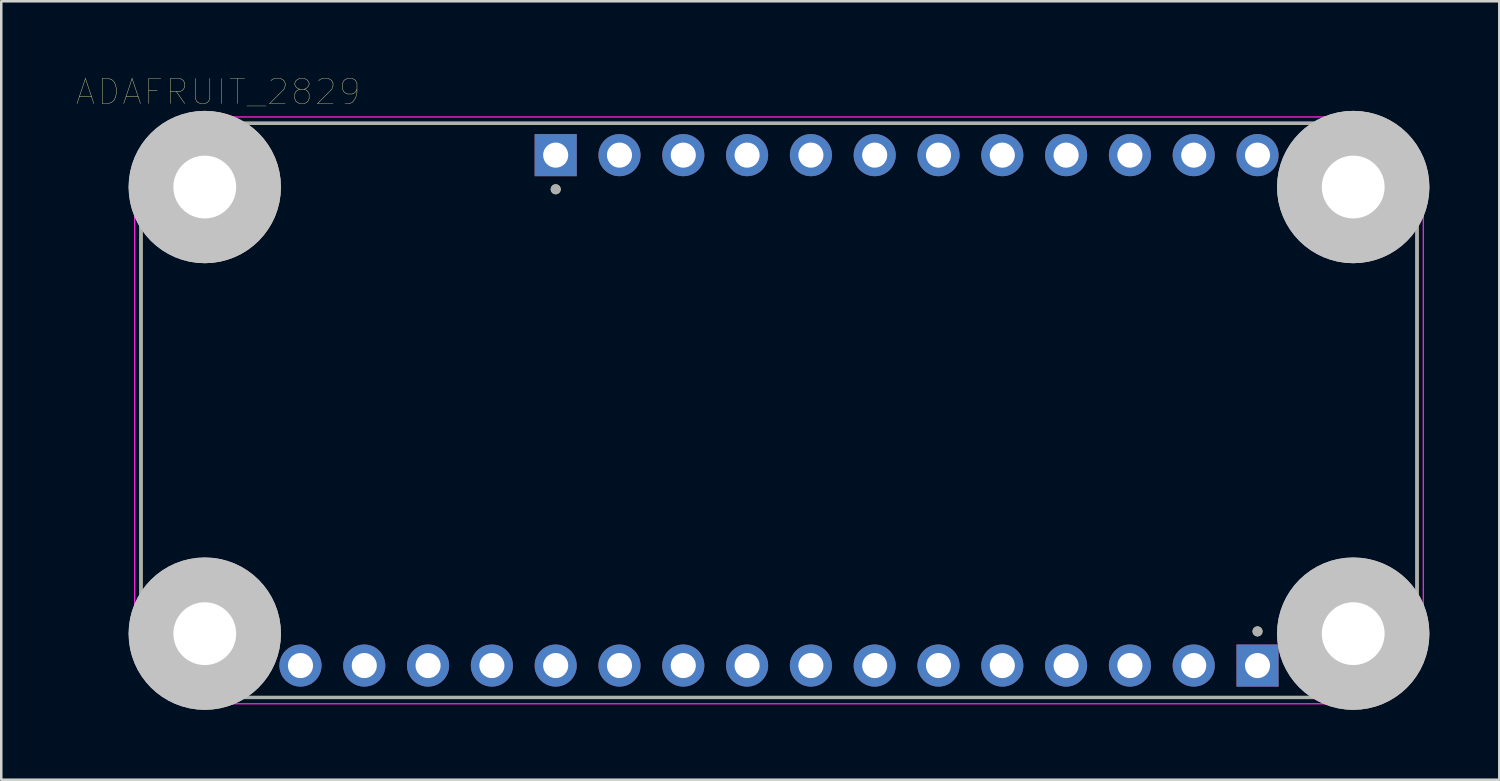
<source format=kicad_pcb>
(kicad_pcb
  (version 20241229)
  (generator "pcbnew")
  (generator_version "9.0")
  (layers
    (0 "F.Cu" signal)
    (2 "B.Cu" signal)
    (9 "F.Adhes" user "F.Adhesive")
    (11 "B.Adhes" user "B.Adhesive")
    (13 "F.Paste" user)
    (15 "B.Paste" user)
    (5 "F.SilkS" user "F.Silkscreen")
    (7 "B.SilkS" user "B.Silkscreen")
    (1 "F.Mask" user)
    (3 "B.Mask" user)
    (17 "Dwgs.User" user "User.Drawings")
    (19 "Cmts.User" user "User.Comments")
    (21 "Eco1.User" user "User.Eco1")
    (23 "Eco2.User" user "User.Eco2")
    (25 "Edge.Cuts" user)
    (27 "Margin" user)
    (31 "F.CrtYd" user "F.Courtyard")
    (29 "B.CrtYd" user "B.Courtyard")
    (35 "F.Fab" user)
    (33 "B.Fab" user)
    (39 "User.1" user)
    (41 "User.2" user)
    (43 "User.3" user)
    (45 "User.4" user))
  (footprint "ADAFRUIT_2829"
    (layer "F.Cu")
    (at 27.962 13.286)
    (property "Reference" "ADAFRUIT_2829" (at -22.325 -12.675 0) (layer "F.SilkS") (effects (font (size 1 1) (thickness 0.015))))
    (attr through_hole)
    (fp_line (start -25.4 8.89) (end -25.4 -8.89) (stroke (width 0.127) (type solid)) (layer "F.SilkS"))
    (fp_line (start -22.86 -11.43) (end 22.86 -11.43) (stroke (width 0.127) (type solid)) (layer "F.SilkS"))
    (fp_line (start 22.86 11.43) (end -22.86 11.43) (stroke (width 0.127) (type solid)) (layer "F.SilkS"))
    (fp_line (start 25.4 -8.89) (end 25.4 8.89) (stroke (width 0.127) (type solid)) (layer "F.SilkS"))
    (fp_arc (start -25.4 -8.89) (mid -24.656051 -10.686051) (end -22.86 -11.43) (stroke (width 0.127) (type solid)) (layer "F.SilkS"))
    (fp_arc (start -22.86 11.43) (mid -24.656051 10.686051) (end -25.4 8.89) (stroke (width 0.127) (type solid)) (layer "F.SilkS"))
    (fp_arc (start 22.86 -11.43) (mid 24.656051 -10.686051) (end 25.4 -8.89) (stroke (width 0.127) (type solid)) (layer "F.SilkS"))
    (fp_arc (start 25.4 8.89) (mid 24.656051 10.686051) (end 22.86 11.43) (stroke (width 0.127) (type solid)) (layer "F.SilkS"))
    (fp_circle (center -8.89 -8.8) (end -8.79 -8.8) (stroke (width 0.2) (type solid)) (fill no) (layer "F.SilkS"))
    (fp_circle (center 19.05 8.8) (end 19.15 8.8) (stroke (width 0.2) (type solid)) (fill no) (layer "F.SilkS"))
    (fp_circle (center -22.86 -8.89) (end -21.86 -8.89) (stroke (width 2.032) (type solid)) (fill no) (layer "Dwgs.User"))
    (fp_circle (center -22.86 -8.89) (end -21.86 -8.89) (stroke (width 2.032) (type solid)) (fill no) (layer "Dwgs.User"))
    (fp_circle (center -22.86 8.89) (end -21.86 8.89) (stroke (width 2.032) (type solid)) (fill no) (layer "Dwgs.User"))
    (fp_circle (center -22.86 8.89) (end -21.86 8.89) (stroke (width 2.032) (type solid)) (fill no) (layer "Dwgs.User"))
    (fp_circle (center 22.86 -8.89) (end 23.86 -8.89) (stroke (width 2.032) (type solid)) (fill no) (layer "Dwgs.User"))
    (fp_circle (center 22.86 -8.89) (end 23.86 -8.89) (stroke (width 2.032) (type solid)) (fill no) (layer "Dwgs.User"))
    (fp_circle (center 22.86 8.89) (end 23.86 8.89) (stroke (width 2.032) (type solid)) (fill no) (layer "Dwgs.User"))
    (fp_circle (center 22.86 8.89) (end 23.86 8.89) (stroke (width 2.032) (type solid)) (fill no) (layer "Dwgs.User"))
    (fp_line (start -25.65 -8.89) (end -25.65 8.89) (stroke (width 0.05) (type solid)) (layer "F.CrtYd"))
    (fp_line (start -22.86 11.68) (end 22.86 11.68) (stroke (width 0.05) (type solid)) (layer "F.CrtYd"))
    (fp_line (start 22.86 -11.68) (end -22.86 -11.68) (stroke (width 0.05) (type solid)) (layer "F.CrtYd"))
    (fp_line (start 25.65 8.89) (end 25.65 -8.89) (stroke (width 0.05) (type solid)) (layer "F.CrtYd"))
    (fp_arc (start -25.65 -8.89) (mid -24.832828 -10.862828) (end -22.86 -11.68) (stroke (width 0.05) (type solid)) (layer "F.CrtYd"))
    (fp_arc (start -22.86 11.68) (mid -24.832828 10.862828) (end -25.65 8.89) (stroke (width 0.05) (type solid)) (layer "F.CrtYd"))
    (fp_arc (start 22.86 -11.68) (mid 24.832828 -10.862828) (end 25.65 -8.89) (stroke (width 0.05) (type solid)) (layer "F.CrtYd"))
    (fp_arc (start 25.65 8.89) (mid 24.832828 10.862828) (end 22.86 11.68) (stroke (width 0.05) (type solid)) (layer "F.CrtYd"))
    (fp_line (start -25.4 8.89) (end -25.4 -8.89) (stroke (width 0.127) (type solid)) (layer "F.Fab"))
    (fp_line (start -22.86 -11.43) (end 22.86 -11.43) (stroke (width 0.127) (type solid)) (layer "F.Fab"))
    (fp_line (start 22.86 11.43) (end -22.86 11.43) (stroke (width 0.127) (type solid)) (layer "F.Fab"))
    (fp_line (start 25.4 -8.89) (end 25.4 8.89) (stroke (width 0.127) (type solid)) (layer "F.Fab"))
    (fp_arc (start -25.4 -8.89) (mid -24.656051 -10.686051) (end -22.86 -11.43) (stroke (width 0.127) (type solid)) (layer "F.Fab"))
    (fp_arc (start -22.86 11.43) (mid -24.656051 10.686051) (end -25.4 8.89) (stroke (width 0.127) (type solid)) (layer "F.Fab"))
    (fp_arc (start 22.86 -11.43) (mid 24.656051 -10.686051) (end 25.4 -8.89) (stroke (width 0.127) (type solid)) (layer "F.Fab"))
    (fp_arc (start 25.4 8.89) (mid 24.656051 10.686051) (end 22.86 11.43) (stroke (width 0.127) (type solid)) (layer "F.Fab"))
    (fp_circle (center -8.89 -8.8) (end -8.79 -8.8) (stroke (width 0.2) (type solid)) (fill no) (layer "F.Fab"))
    (fp_circle (center 19.05 8.8) (end 19.15 8.8) (stroke (width 0.2) (type solid)) (fill no) (layer "F.Fab"))
    (pad "JP1_1" thru_hole rect (at 19.05 10.16) (size 1.676 1.676) (drill 1) (layers "*.Cu" "*.Mask"))
    (pad "JP1_2" thru_hole circle (at 16.51 10.16) (size 1.676 1.676) (drill 1) (layers "*.Cu" "*.Mask"))
    (pad "JP1_3" thru_hole circle (at 13.97 10.16) (size 1.676 1.676) (drill 1) (layers "*.Cu" "*.Mask"))
    (pad "JP1_4" thru_hole circle (at 11.43 10.16) (size 1.676 1.676) (drill 1) (layers "*.Cu" "*.Mask"))
    (pad "JP1_5" thru_hole circle (at 8.89 10.16) (size 1.676 1.676) (drill 1) (layers "*.Cu" "*.Mask"))
    (pad "JP1_6" thru_hole circle (at 6.35 10.16) (size 1.676 1.676) (drill 1) (layers "*.Cu" "*.Mask"))
    (pad "JP1_7" thru_hole circle (at 3.81 10.16) (size 1.676 1.676) (drill 1) (layers "*.Cu" "*.Mask"))
    (pad "JP1_8" thru_hole circle (at 1.27 10.16) (size 1.676 1.676) (drill 1) (layers "*.Cu" "*.Mask"))
    (pad "JP1_9" thru_hole circle (at -1.27 10.16) (size 1.676 1.676) (drill 1) (layers "*.Cu" "*.Mask"))
    (pad "JP1_10" thru_hole circle (at -3.81 10.16) (size 1.676 1.676) (drill 1) (layers "*.Cu" "*.Mask"))
    (pad "JP1_11" thru_hole circle (at -6.35 10.16) (size 1.676 1.676) (drill 1) (layers "*.Cu" "*.Mask"))
    (pad "JP1_12" thru_hole circle (at -8.89 10.16) (size 1.676 1.676) (drill 1) (layers "*.Cu" "*.Mask"))
    (pad "JP1_13" thru_hole circle (at -11.43 10.16) (size 1.676 1.676) (drill 1) (layers "*.Cu" "*.Mask"))
    (pad "JP1_14" thru_hole circle (at -13.97 10.16) (size 1.676 1.676) (drill 1) (layers "*.Cu" "*.Mask"))
    (pad "JP1_15" thru_hole circle (at -16.51 10.16) (size 1.676 1.676) (drill 1) (layers "*.Cu" "*.Mask"))
    (pad "JP1_16" thru_hole circle (at -19.05 10.16) (size 1.676 1.676) (drill 1) (layers "*.Cu" "*.Mask"))
    (pad "JP3_1" thru_hole rect (at -8.89 -10.16) (size 1.676 1.676) (drill 1) (layers "*.Cu" "*.Mask"))
    (pad "JP3_2" thru_hole circle (at -6.35 -10.16) (size 1.676 1.676) (drill 1) (layers "*.Cu" "*.Mask"))
    (pad "JP3_3" thru_hole circle (at -3.81 -10.16) (size 1.676 1.676) (drill 1) (layers "*.Cu" "*.Mask"))
    (pad "JP3_4" thru_hole circle (at -1.27 -10.16) (size 1.676 1.676) (drill 1) (layers "*.Cu" "*.Mask"))
    (pad "JP3_5" thru_hole circle (at 1.27 -10.16) (size 1.676 1.676) (drill 1) (layers "*.Cu" "*.Mask"))
    (pad "JP3_6" thru_hole circle (at 3.81 -10.16) (size 1.676 1.676) (drill 1) (layers "*.Cu" "*.Mask"))
    (pad "JP3_7" thru_hole circle (at 6.35 -10.16) (size 1.676 1.676) (drill 1) (layers "*.Cu" "*.Mask"))
    (pad "JP3_8" thru_hole circle (at 8.89 -10.16) (size 1.676 1.676) (drill 1) (layers "*.Cu" "*.Mask"))
    (pad "JP3_9" thru_hole circle (at 11.43 -10.16) (size 1.676 1.676) (drill 1) (layers "*.Cu" "*.Mask"))
    (pad "JP3_10" thru_hole circle (at 13.97 -10.16) (size 1.676 1.676) (drill 1) (layers "*.Cu" "*.Mask"))
    (pad "JP3_11" thru_hole circle (at 16.51 -10.16) (size 1.676 1.676) (drill 1) (layers "*.Cu" "*.Mask"))
    (pad "JP3_12" thru_hole circle (at 19.05 -10.16) (size 1.676 1.676) (drill 1) (layers "*.Cu" "*.Mask"))
    (pad "P1" thru_hole circle (at -22.86 -8.89) (size 3.2 3.2) (drill 2.5) (layers "*.Cu" "*.Mask"))
    (pad "P2" thru_hole circle (at -22.86 8.89) (size 3.2 3.2) (drill 2.5) (layers "*.Cu" "*.Mask"))
    (pad "P3" thru_hole circle (at 22.86 8.89) (size 3.2 3.2) (drill 2.5) (layers "*.Cu" "*.Mask"))
    (pad "P4" thru_hole circle (at 22.86 -8.89) (size 3.2 3.2) (drill 2.5) (layers "*.Cu" "*.Mask")))
  (gr_rect
    (start -3 -3)
    (end 56.637 27.991)
    (stroke (width 0.1) (type default))
    (fill no)
    (layer "Edge.Cuts")))
</source>
